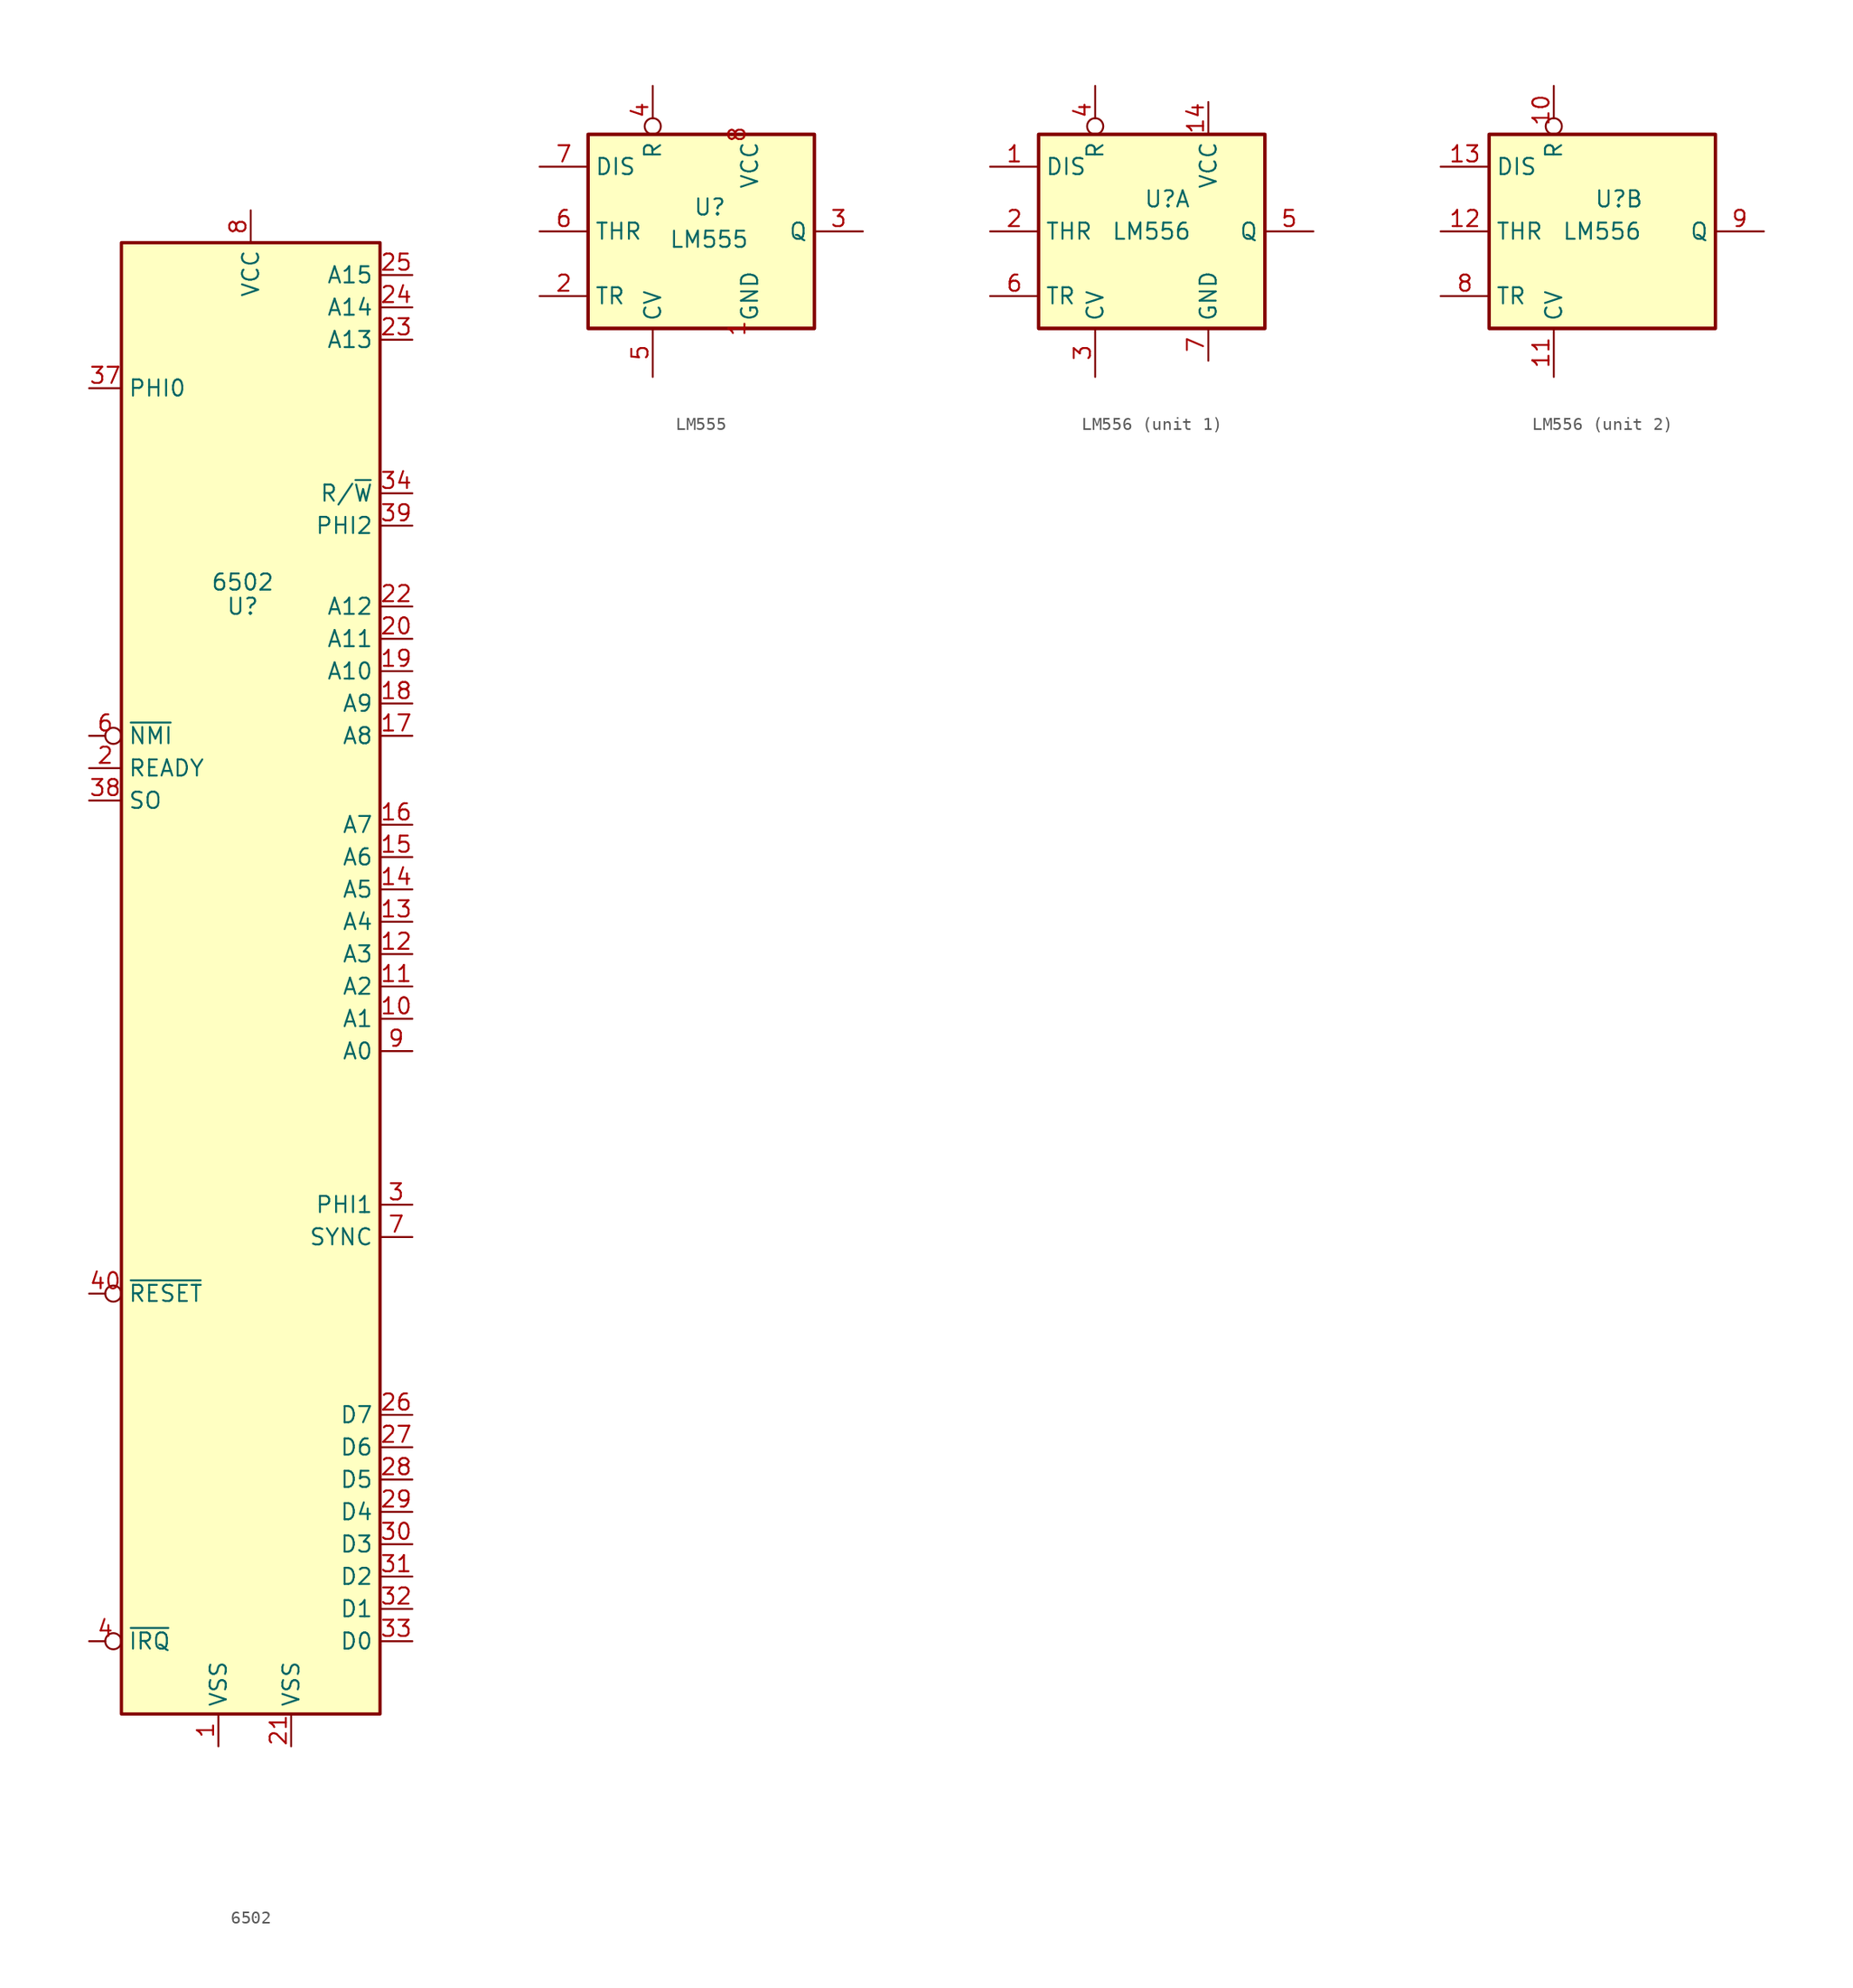
<source format=kicad_sym>
(kicad_symbol_lib
  (version 20211014)
  (generator kicad_symbol_editor)
  (symbol "6502"
    (property "Reference" "U"
      (at -0.635 3.81 0)
      (effects (font (size 1.27 1.27))))
    (property "Value" "6502"
      (at -0.635 5.715 0)
      (effects (font (size 1.27 1.27))))
    (symbol "6502_0_1"
      (rectangle (start -10.16 32.385) (end 10.16 -83.185) (stroke (width 0.254) (type default) (color 0 0 0 0)) (fill (type background))))
    (symbol "6502_1_1"
      (pin power_in line (at -2.54 -85.725 90) (length 2.54) (name "VSS" (effects (font (size 1.27 1.27)))) (number "1" (effects (font (size 1.27 1.27)))))
      (pin output line (at 12.7 -28.575 180) (length 2.54) (name "A1" (effects (font (size 1.27 1.27)))) (number "10" (effects (font (size 1.27 1.27)))))
      (pin output line (at 12.7 -26.035 180) (length 2.54) (name "A2" (effects (font (size 1.27 1.27)))) (number "11" (effects (font (size 1.27 1.27)))))
      (pin output line (at 12.7 -23.495 180) (length 2.54) (name "A3" (effects (font (size 1.27 1.27)))) (number "12" (effects (font (size 1.27 1.27)))))
      (pin output line (at 12.7 -20.955 180) (length 2.54) (name "A4" (effects (font (size 1.27 1.27)))) (number "13" (effects (font (size 1.27 1.27)))))
      (pin output line (at 12.7 -18.415 180) (length 2.54) (name "A5" (effects (font (size 1.27 1.27)))) (number "14" (effects (font (size 1.27 1.27)))))
      (pin output line (at 12.7 -15.875 180) (length 2.54) (name "A6" (effects (font (size 1.27 1.27)))) (number "15" (effects (font (size 1.27 1.27)))))
      (pin output line (at 12.7 -13.335 180) (length 2.54) (name "A7" (effects (font (size 1.27 1.27)))) (number "16" (effects (font (size 1.27 1.27)))))
      (pin output line (at 12.7 -6.35 180) (length 2.54) (name "A8" (effects (font (size 1.27 1.27)))) (number "17" (effects (font (size 1.27 1.27)))))
      (pin output line (at 12.7 -3.81 180) (length 2.54) (name "A9" (effects (font (size 1.27 1.27)))) (number "18" (effects (font (size 1.27 1.27)))))
      (pin output line (at 12.7 -1.27 180) (length 2.54) (name "A10" (effects (font (size 1.27 1.27)))) (number "19" (effects (font (size 1.27 1.27)))))
      (pin input line (at -12.7 -8.89 0) (length 2.54) (name "READY" (effects (font (size 1.27 1.27)))) (number "2" (effects (font (size 1.27 1.27)))))
      (pin output line (at 12.7 1.27 180) (length 2.54) (name "A11" (effects (font (size 1.27 1.27)))) (number "20" (effects (font (size 1.27 1.27)))))
      (pin power_in line (at 3.175 -85.725 90) (length 2.54) (name "VSS" (effects (font (size 1.27 1.27)))) (number "21" (effects (font (size 1.27 1.27)))))
      (pin output line (at 12.7 3.81 180) (length 2.54) (name "A12" (effects (font (size 1.27 1.27)))) (number "22" (effects (font (size 1.27 1.27)))))
      (pin output line (at 12.7 24.765 180) (length 2.54) (name "A13" (effects (font (size 1.27 1.27)))) (number "23" (effects (font (size 1.27 1.27)))))
      (pin output line (at 12.7 27.305 180) (length 2.54) (name "A14" (effects (font (size 1.27 1.27)))) (number "24" (effects (font (size 1.27 1.27)))))
      (pin output line (at 12.7 29.845 180) (length 2.54) (name "A15" (effects (font (size 1.27 1.27)))) (number "25" (effects (font (size 1.27 1.27)))))
      (pin bidirectional line (at 12.7 -59.69 180) (length 2.54) (name "D7" (effects (font (size 1.27 1.27)))) (number "26" (effects (font (size 1.27 1.27)))))
      (pin bidirectional line (at 12.7 -62.23 180) (length 2.54) (name "D6" (effects (font (size 1.27 1.27)))) (number "27" (effects (font (size 1.27 1.27)))))
      (pin bidirectional line (at 12.7 -64.77 180) (length 2.54) (name "D5" (effects (font (size 1.27 1.27)))) (number "28" (effects (font (size 1.27 1.27)))))
      (pin bidirectional line (at 12.7 -67.31 180) (length 2.54) (name "D4" (effects (font (size 1.27 1.27)))) (number "29" (effects (font (size 1.27 1.27)))))
      (pin output line (at 12.7 -43.18 180) (length 2.54) (name "PHI1" (effects (font (size 1.27 1.27)))) (number "3" (effects (font (size 1.27 1.27)))))
      (pin bidirectional line (at 12.7 -69.85 180) (length 2.54) (name "D3" (effects (font (size 1.27 1.27)))) (number "30" (effects (font (size 1.27 1.27)))))
      (pin bidirectional line (at 12.7 -72.39 180) (length 2.54) (name "D2" (effects (font (size 1.27 1.27)))) (number "31" (effects (font (size 1.27 1.27)))))
      (pin bidirectional line (at 12.7 -74.93 180) (length 2.54) (name "D1" (effects (font (size 1.27 1.27)))) (number "32" (effects (font (size 1.27 1.27)))))
      (pin bidirectional line (at 12.7 -77.47 180) (length 2.54) (name "D0" (effects (font (size 1.27 1.27)))) (number "33" (effects (font (size 1.27 1.27)))))
      (pin output line (at 12.7 12.7 180) (length 2.54) (name "R/~{W}" (effects (font (size 1.27 1.27)))) (number "34" (effects (font (size 1.27 1.27)))))
      (pin no_connect line (at -12.7 -26.67 0) (length 2.54) hide (name "NC" (effects (font (size 1.27 1.27)))) (number "35" (effects (font (size 1.27 1.27)))))
      (pin no_connect line (at -12.7 -29.21 0) (length 2.54) hide (name "NC" (effects (font (size 1.27 1.27)))) (number "36" (effects (font (size 1.27 1.27)))))
      (pin input line (at -12.7 20.955 0) (length 2.54) (name "PHI0" (effects (font (size 1.27 1.27)))) (number "37" (effects (font (size 1.27 1.27)))))
      (pin input line (at -12.7 -11.43 0) (length 2.54) (name "SO" (effects (font (size 1.27 1.27)))) (number "38" (effects (font (size 1.27 1.27)))))
      (pin output line (at 12.7 10.16 180) (length 2.54) (name "PHI2" (effects (font (size 1.27 1.27)))) (number "39" (effects (font (size 1.27 1.27)))))
      (pin input inverted (at -12.7 -77.47 0) (length 2.54) (name "~{IRQ}" (effects (font (size 1.27 1.27)))) (number "4" (effects (font (size 1.27 1.27)))))
      (pin input inverted (at -12.7 -50.165 0) (length 2.54) (name "~{RESET}" (effects (font (size 1.27 1.27)))) (number "40" (effects (font (size 1.27 1.27)))))
      (pin no_connect line (at -12.7 -24.13 0) (length 2.54) hide (name "NC" (effects (font (size 1.27 1.27)))) (number "5" (effects (font (size 1.27 1.27)))))
      (pin input inverted (at -12.7 -6.35 0) (length 2.54) (name "~{NMI}" (effects (font (size 1.27 1.27)))) (number "6" (effects (font (size 1.27 1.27)))))
      (pin output line (at 12.7 -45.72 180) (length 2.54) (name "SYNC" (effects (font (size 1.27 1.27)))) (number "7" (effects (font (size 1.27 1.27)))))
      (pin power_in line (at 0 34.925 270) (length 2.54) (name "VCC" (effects (font (size 1.27 1.27)))) (number "8" (effects (font (size 1.27 1.27)))))
      (pin output line (at 12.7 -31.115 180) (length 2.54) (name "A0" (effects (font (size 1.27 1.27)))) (number "9" (effects (font (size 1.27 1.27)))))))
  (symbol "LM555"
    (property "Reference" "U"
      (at -0.635 1.905 0)
      (effects (font (size 1.27 1.27)) (justify left)))
    (property "Value" "LM555"
      (at -2.54 -0.635 0)
      (effects (font (size 1.27 1.27)) (justify left)))
    (symbol "LM555_0_0"
      (pin power_in line (at 3.81 -7.62 90) (length 0) (name "GND" (effects (font (size 1.27 1.27)))) (number "1" (effects (font (size 1.27 1.27)))))
      (pin power_in line (at 3.81 7.62 270) (length 0) (name "VCC" (effects (font (size 1.27 1.27)))) (number "8" (effects (font (size 1.27 1.27))))))
    (symbol "LM555_0_1"
      (rectangle (start -8.89 -7.62) (end 8.89 7.62) (stroke (width 0.254) (type default) (color 0 0 0 0)) (fill (type background)))
      (rectangle (start -8.89 -7.62) (end 8.89 7.62) (stroke (width 0.254) (type default) (color 0 0 0 0)) (fill (type background))))
    (symbol "LM555_1_1"
      (pin input line (at -12.7 -5.08 0) (length 3.81) (name "TR" (effects (font (size 1.27 1.27)))) (number "2" (effects (font (size 1.27 1.27)))))
      (pin output line (at 12.7 0 180) (length 3.81) (name "Q" (effects (font (size 1.27 1.27)))) (number "3" (effects (font (size 1.27 1.27)))))
      (pin input inverted (at -3.81 11.43 270) (length 3.81) (name "R" (effects (font (size 1.27 1.27)))) (number "4" (effects (font (size 1.27 1.27)))))
      (pin input line (at -3.81 -11.43 90) (length 3.81) (name "CV" (effects (font (size 1.27 1.27)))) (number "5" (effects (font (size 1.27 1.27)))))
      (pin input line (at -12.7 0 0) (length 3.81) (name "THR" (effects (font (size 1.27 1.27)))) (number "6" (effects (font (size 1.27 1.27)))))
      (pin input line (at -12.7 5.08 0) (length 3.81) (name "DIS" (effects (font (size 1.27 1.27)))) (number "7" (effects (font (size 1.27 1.27)))))))
  (symbol "LM556"
    (property "Reference" "U"
      (at -0.635 2.54 0)
      (effects (font (size 1.27 1.27)) (justify left)))
    (property "Value" "LM556"
      (at -3.175 0 0)
      (effects (font (size 1.27 1.27)) (justify left)))
    (symbol "LM556_0_1"
      (rectangle (start -8.89 -7.62) (end 8.89 7.62) (stroke (width 0.254) (type default) (color 0 0 0 0)) (fill (type background)))
      (rectangle (start -8.89 -7.62) (end 8.89 7.62) (stroke (width 0.254) (type default) (color 0 0 0 0)) (fill (type background))))
    (symbol "LM556_1_0"
      (pin power_in line (at 4.445 10.16 270) (length 2.54) (name "VCC" (effects (font (size 1.27 1.27)))) (number "14" (effects (font (size 1.27 1.27)))))
      (pin power_in line (at 4.445 -10.16 90) (length 2.54) (name "GND" (effects (font (size 1.27 1.27)))) (number "7" (effects (font (size 1.27 1.27))))))
    (symbol "LM556_1_1"
      (pin input line (at -12.7 5.08 0) (length 3.81) (name "DIS" (effects (font (size 1.27 1.27)))) (number "1" (effects (font (size 1.27 1.27)))))
      (pin input line (at -12.7 0 0) (length 3.81) (name "THR" (effects (font (size 1.27 1.27)))) (number "2" (effects (font (size 1.27 1.27)))))
      (pin input line (at -4.445 -11.43 90) (length 3.81) (name "CV" (effects (font (size 1.27 1.27)))) (number "3" (effects (font (size 1.27 1.27)))))
      (pin input inverted (at -4.445 11.43 270) (length 3.81) (name "R" (effects (font (size 1.27 1.27)))) (number "4" (effects (font (size 1.27 1.27)))))
      (pin output line (at 12.7 0 180) (length 3.81) (name "Q" (effects (font (size 1.27 1.27)))) (number "5" (effects (font (size 1.27 1.27)))))
      (pin input line (at -12.7 -5.08 0) (length 3.81) (name "TR" (effects (font (size 1.27 1.27)))) (number "6" (effects (font (size 1.27 1.27))))))
    (symbol "LM556_2_1"
      (pin input inverted (at -3.81 11.43 270) (length 3.81) (name "R" (effects (font (size 1.27 1.27)))) (number "10" (effects (font (size 1.27 1.27)))))
      (pin input line (at -3.81 -11.43 90) (length 3.81) (name "CV" (effects (font (size 1.27 1.27)))) (number "11" (effects (font (size 1.27 1.27)))))
      (pin input line (at -12.7 0 0) (length 3.81) (name "THR" (effects (font (size 1.27 1.27)))) (number "12" (effects (font (size 1.27 1.27)))))
      (pin input line (at -12.7 5.08 0) (length 3.81) (name "DIS" (effects (font (size 1.27 1.27)))) (number "13" (effects (font (size 1.27 1.27)))))
      (pin input line (at -12.7 -5.08 0) (length 3.81) (name "TR" (effects (font (size 1.27 1.27)))) (number "8" (effects (font (size 1.27 1.27)))))
      (pin output line (at 12.7 0 180) (length 3.81) (name "Q" (effects (font (size 1.27 1.27)))) (number "9" (effects (font (size 1.27 1.27))))))))
</source>
